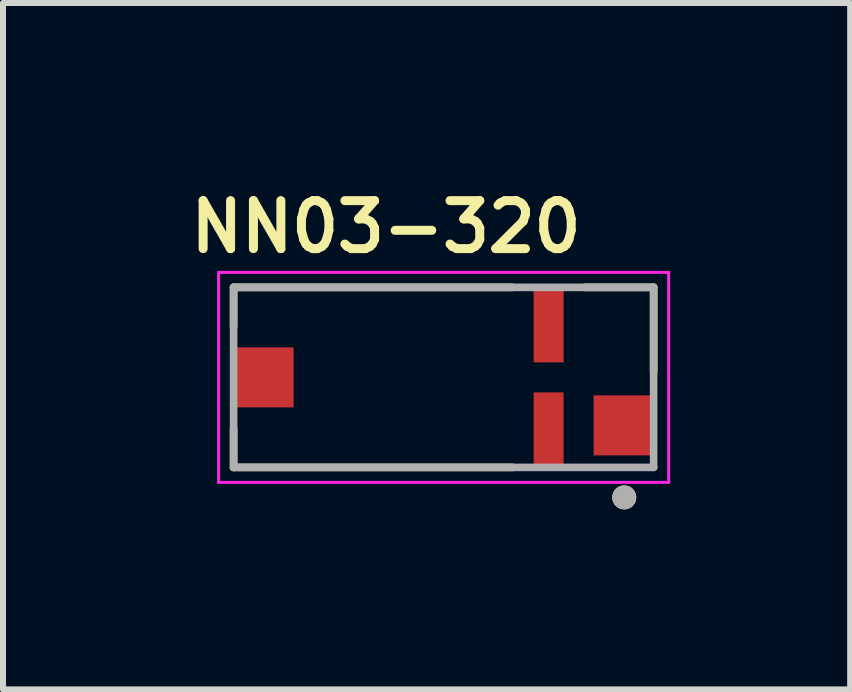
<source format=kicad_pcb>
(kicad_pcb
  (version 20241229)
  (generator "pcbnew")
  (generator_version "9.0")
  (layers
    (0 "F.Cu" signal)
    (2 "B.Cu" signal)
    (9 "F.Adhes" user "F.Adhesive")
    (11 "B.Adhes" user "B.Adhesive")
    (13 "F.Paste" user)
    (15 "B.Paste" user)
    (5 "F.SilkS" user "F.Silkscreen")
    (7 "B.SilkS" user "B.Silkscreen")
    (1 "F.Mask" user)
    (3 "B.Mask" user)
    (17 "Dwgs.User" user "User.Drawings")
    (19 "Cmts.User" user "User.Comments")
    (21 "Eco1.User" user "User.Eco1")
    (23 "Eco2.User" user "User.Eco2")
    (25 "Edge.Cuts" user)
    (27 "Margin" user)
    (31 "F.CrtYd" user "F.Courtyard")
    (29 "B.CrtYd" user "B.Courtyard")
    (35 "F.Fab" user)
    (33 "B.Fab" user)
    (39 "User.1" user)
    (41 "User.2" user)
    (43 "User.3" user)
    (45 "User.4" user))
  (footprint "NN03-320"
    (layer "F.Cu")
    (at 4.343 3.239)
    (property "Reference" "NN03-320" (at -0.96 -2.508 0) (layer "F.SilkS") (effects (font (size 0.8 0.8) (thickness 0.15))))
    (attr smd)
    (fp_line (start -3.5 -1.5) (end 1.15 -1.5) (stroke (width 0.127) (type solid)) (layer "F.SilkS"))
    (fp_line (start -3.5 -0.85) (end -3.5 -1.5) (stroke (width 0.127) (type solid)) (layer "F.SilkS"))
    (fp_line (start -3.5 1.5) (end -3.5 0.85) (stroke (width 0.127) (type solid)) (layer "F.SilkS"))
    (fp_line (start 1.15 1.5) (end -3.5 1.5) (stroke (width 0.127) (type solid)) (layer "F.SilkS"))
    (fp_line (start 2.35 -1.5) (end 3.5 -1.5) (stroke (width 0.127) (type solid)) (layer "F.SilkS"))
    (fp_line (start 3.5 -1.5) (end 3.5 -0.1) (stroke (width 0.127) (type solid)) (layer "F.SilkS"))
    (fp_circle (center 3.01 2) (end 3.11 2) (stroke (width 0.2) (type solid)) (fill no) (layer "F.SilkS"))
    (fp_line (start -3.75 -1.75) (end 3.75 -1.75) (stroke (width 0.05) (type solid)) (layer "F.CrtYd"))
    (fp_line (start -3.75 1.75) (end -3.75 -1.75) (stroke (width 0.05) (type solid)) (layer "F.CrtYd"))
    (fp_line (start 3.75 -1.75) (end 3.75 1.75) (stroke (width 0.05) (type solid)) (layer "F.CrtYd"))
    (fp_line (start 3.75 1.75) (end -3.75 1.75) (stroke (width 0.05) (type solid)) (layer "F.CrtYd"))
    (fp_line (start -3.5 -1.5) (end -3.5 1.5) (stroke (width 0.127) (type solid)) (layer "F.Fab"))
    (fp_line (start -3.5 1.5) (end 3.5 1.5) (stroke (width 0.127) (type solid)) (layer "F.Fab"))
    (fp_line (start 3.5 -1.5) (end -3.5 -1.5) (stroke (width 0.127) (type solid)) (layer "F.Fab"))
    (fp_line (start 3.5 1.5) (end 3.5 -1.5) (stroke (width 0.127) (type solid)) (layer "F.Fab"))
    (fp_circle (center 3.01 2) (end 3.11 2) (stroke (width 0.2) (type solid)) (fill no) (layer "F.Fab"))
    (pad "1" smd rect (at 3 0.8) (size 1 1) (layers "F.Cu" "F.Mask" "F.Paste"))
    (pad "2" smd rect (at 1.75 0.875) (size 0.5 1.25) (layers "F.Cu" "F.Mask" "F.Paste"))
    (pad "3" smd rect (at 1.75 -0.875) (size 0.5 1.25) (layers "F.Cu" "F.Mask" "F.Paste"))
    (pad "4" smd rect (at -3 0) (size 1 1) (layers "F.Cu" "F.Mask" "F.Paste"))
    (zone (net_name "") (layer "F.Cu") (hatch edge 0.5) (connect_pads) (min_thickness 0.25) (filled_areas_thickness no) (keepout (tracks not_allowed) (vias not_allowed) (pads not_allowed) (copperpour allowed) (footprints allowed)) (placement (enabled no)) (fill) (polygon (pts (xy 0.843 1.739) (xy 0.843 4.739) (xy 5.843 4.739) (xy 5.843 1.739))))
    (zone (net_name "") (layer "F.Cu") (hatch edge 0.5) (connect_pads) (min_thickness 0.25) (filled_areas_thickness no) (keepout (tracks not_allowed) (vias not_allowed) (pads not_allowed) (copperpour allowed) (footprints allowed)) (placement (enabled no)) (fill) (polygon (pts (xy 6.343 4.739) (xy 6.843 4.739) (xy 6.843 1.739) (xy 6.343 1.739))))
    (zone (net_name "") (layer "In1.Cu") (hatch full 0.508) (connect_pads) (min_thickness 0.01) (filled_areas_thickness no) (keepout (tracks not_allowed) (vias not_allowed) (pads not_allowed) (copperpour not_allowed) (footprints allowed)) (placement (enabled no)) (fill) (polygon (pts (xy 0.843 2.739) (xy 0.843 1.739) (xy 5.843 1.739) (xy 5.843 2.989) (xy 6.343 2.989) (xy 6.343 1.739) (xy 7.843 1.739) (xy 7.843 3.489) (xy 7.843 4.739) (xy 6.343 4.739) (xy 6.343 3.489) (xy 5.843 3.489) (xy 5.843 4.739) (xy 0.843 4.739) (xy 0.843 3.739) (xy 1.843 3.739) (xy 1.843 2.739)))))
  (gr_rect
    (start -3 -3)
    (end 11.118 8.439)
    (stroke (width 0.1) (type default))
    (fill no)
    (layer "Edge.Cuts")))
</source>
